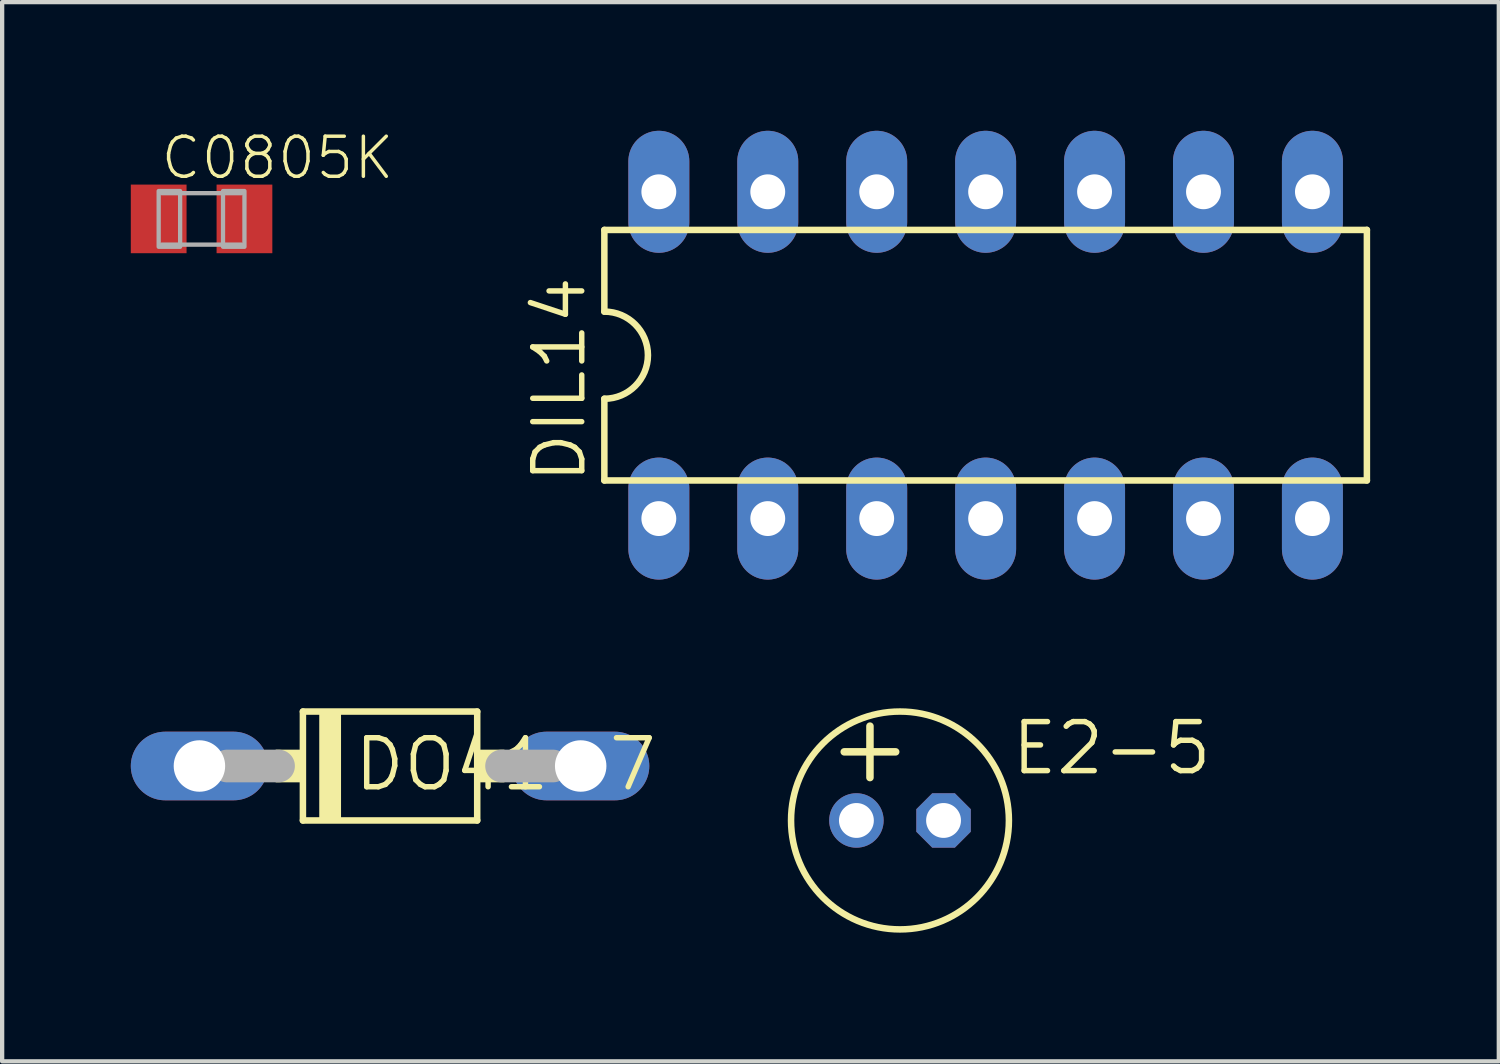
<source format=kicad_pcb>
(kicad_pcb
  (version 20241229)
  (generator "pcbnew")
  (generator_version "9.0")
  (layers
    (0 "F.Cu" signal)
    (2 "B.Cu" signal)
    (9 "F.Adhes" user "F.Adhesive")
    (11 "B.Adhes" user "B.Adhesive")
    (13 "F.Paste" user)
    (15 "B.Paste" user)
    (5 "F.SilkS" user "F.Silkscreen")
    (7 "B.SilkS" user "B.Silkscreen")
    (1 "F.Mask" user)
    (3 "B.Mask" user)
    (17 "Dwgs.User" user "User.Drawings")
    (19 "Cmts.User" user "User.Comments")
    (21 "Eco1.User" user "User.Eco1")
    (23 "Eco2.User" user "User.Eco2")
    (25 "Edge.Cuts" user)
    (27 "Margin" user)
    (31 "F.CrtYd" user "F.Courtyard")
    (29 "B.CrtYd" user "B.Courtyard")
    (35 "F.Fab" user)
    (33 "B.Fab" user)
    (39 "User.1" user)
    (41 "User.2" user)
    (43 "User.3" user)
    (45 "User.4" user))
  (footprint "DO41-7"
    (layer "F.Cu")
    (at 6.045 14.811)
    (property "Reference" "DO41-7" (at -0.9 0.63 0) (unlocked yes) (layer "F.SilkS") (effects (font (size 1.143 1.143) (thickness 0.127)) (justify left bottom)))
    (fp_line (start -2.032 -1.27) (end -2.032 1.27) (stroke (width 0.152) (type solid)) (layer "F.SilkS"))
    (fp_line (start -2.032 -1.27) (end 2.032 -1.27) (stroke (width 0.152) (type solid)) (layer "F.SilkS"))
    (fp_line (start 2.032 1.27) (end -2.032 1.27) (stroke (width 0.152) (type solid)) (layer "F.SilkS"))
    (fp_line (start 2.032 1.27) (end 2.032 -1.27) (stroke (width 0.152) (type solid)) (layer "F.SilkS"))
    (fp_poly (pts (xy -2.667 0.381) (xy -2.032 0.381) (xy -2.032 -0.381) (xy -2.667 -0.381)) (stroke (width 0) (type default)) (fill yes) (layer "F.SilkS"))
    (fp_poly (pts (xy -1.651 1.27) (xy -1.143 1.27) (xy -1.143 -1.27) (xy -1.651 -1.27)) (stroke (width 0) (type default)) (fill yes) (layer "F.SilkS"))
    (fp_poly (pts (xy 2.032 0.381) (xy 2.667 0.381) (xy 2.667 -0.381) (xy 2.032 -0.381)) (stroke (width 0) (type default)) (fill yes) (layer "F.SilkS"))
    (fp_line (start -3.8 0) (end -2.6 0) (stroke (width 0.762) (type solid)) (layer "F.Fab"))
    (fp_line (start 3.8 0) (end 2.6 0) (stroke (width 0.762) (type solid)) (layer "F.Fab"))
    (pad "A" thru_hole oval (at 4.445 0) (size 3.2 1.6) (drill 1.2) (layers "*.Cu" "*.Mask"))
    (pad "C" thru_hole oval (at -4.445 0) (size 3.2 1.6) (drill 1.2) (layers "*.Cu" "*.Mask")))
  (footprint "C0805K"
    (layer "F.Cu")
    (at 1.65 2.054)
    (property "Reference" "C0805K" (at -1 -0.875 0) (unlocked yes) (layer "F.SilkS") (effects (font (size 0.935 0.935) (thickness 0.081)) (justify left bottom)))
    (fp_line (start -0.925 -0.6) (end 0.925 -0.6) (stroke (width 0.102) (type solid)) (layer "F.Fab"))
    (fp_line (start 0.925 0.6) (end -0.925 0.6) (stroke (width 0.102) (type solid)) (layer "F.Fab"))
    (fp_poly (pts (xy -1 0.65) (xy -0.5 0.65) (xy -0.5 -0.65) (xy -1 -0.65)) (stroke (width 0.1) (type default)) (fill no) (layer "F.Fab"))
    (fp_poly (pts (xy 0.5 0.65) (xy 1 0.65) (xy 1 -0.65) (xy 0.5 -0.65)) (stroke (width 0.1) (type default)) (fill no) (layer "F.Fab"))
    (pad "1" smd rect (at -1 0) (size 1.3 1.6) (layers "F.Cu" "F.Mask" "F.Paste"))
    (pad "2" smd rect (at 1 0) (size 1.3 1.6) (layers "F.Cu" "F.Mask" "F.Paste")))
  (footprint "DIL14"
    (layer "F.Cu")
    (at 19.932 5.232)
    (property "Reference" "DIL14" (at -9.271 3.048 90) (unlocked yes) (layer "F.SilkS") (effects (font (size 1.143 1.143) (thickness 0.127)) (justify left bottom)))
    (fp_line (start -8.89 -2.921) (end -8.89 -1.016) (stroke (width 0.152) (type solid)) (layer "F.SilkS"))
    (fp_line (start -8.89 2.921) (end -8.89 1.016) (stroke (width 0.152) (type solid)) (layer "F.SilkS"))
    (fp_line (start -8.89 2.921) (end 8.89 2.921) (stroke (width 0.152) (type solid)) (layer "F.SilkS"))
    (fp_line (start 8.89 -2.921) (end -8.89 -2.921) (stroke (width 0.152) (type solid)) (layer "F.SilkS"))
    (fp_line (start 8.89 -2.921) (end 8.89 2.921) (stroke (width 0.152) (type solid)) (layer "F.SilkS"))
    (fp_arc (start -8.89 -1.016) (mid -7.874 0) (end -8.89 1.016) (stroke (width 0.1524) (type solid)) (layer "F.SilkS"))
    (pad "1" thru_hole oval (at -7.62 3.81 90) (size 2.845 1.422) (drill 0.813) (layers "*.Cu" "*.Mask"))
    (pad "2" thru_hole oval (at -5.08 3.81 90) (size 2.845 1.422) (drill 0.813) (layers "*.Cu" "*.Mask"))
    (pad "3" thru_hole oval (at -2.54 3.81 90) (size 2.845 1.422) (drill 0.813) (layers "*.Cu" "*.Mask"))
    (pad "4" thru_hole oval (at 0 3.81 90) (size 2.845 1.422) (drill 0.813) (layers "*.Cu" "*.Mask"))
    (pad "5" thru_hole oval (at 2.54 3.81 90) (size 2.845 1.422) (drill 0.813) (layers "*.Cu" "*.Mask"))
    (pad "6" thru_hole oval (at 5.08 3.81 90) (size 2.845 1.422) (drill 0.813) (layers "*.Cu" "*.Mask"))
    (pad "7" thru_hole oval (at 7.62 3.81 90) (size 2.845 1.422) (drill 0.813) (layers "*.Cu" "*.Mask"))
    (pad "8" thru_hole oval (at 7.62 -3.81 90) (size 2.845 1.422) (drill 0.813) (layers "*.Cu" "*.Mask"))
    (pad "9" thru_hole oval (at 5.08 -3.81 90) (size 2.845 1.422) (drill 0.813) (layers "*.Cu" "*.Mask"))
    (pad "10" thru_hole oval (at 2.54 -3.81 90) (size 2.845 1.422) (drill 0.813) (layers "*.Cu" "*.Mask"))
    (pad "11" thru_hole oval (at 0 -3.81 90) (size 2.845 1.422) (drill 0.813) (layers "*.Cu" "*.Mask"))
    (pad "12" thru_hole oval (at -2.54 -3.81 90) (size 2.845 1.422) (drill 0.813) (layers "*.Cu" "*.Mask"))
    (pad "13" thru_hole oval (at -5.08 -3.81 90) (size 2.845 1.422) (drill 0.813) (layers "*.Cu" "*.Mask"))
    (pad "14" thru_hole oval (at -7.62 -3.81 90) (size 2.845 1.422) (drill 0.813) (layers "*.Cu" "*.Mask")))
  (footprint "E2-5"
    (layer "F.Cu")
    (at 17.935 16.081)
    (property "Reference" "E2-5" (at 2.54 -1.016 0) (unlocked yes) (layer "F.SilkS") (effects (font (size 1.143 1.143) (thickness 0.127)) (justify left bottom)))
    (fp_line (start -1.3 -1.6) (end -0.1 -1.6) (stroke (width 0.175) (type solid)) (layer "F.SilkS"))
    (fp_line (start -0.7 -1) (end -0.7 -2.2) (stroke (width 0.175) (type solid)) (layer "F.SilkS"))
    (fp_circle (center 0 0) (end 2.54 0) (stroke (width 0.152) (type solid)) (fill no) (layer "F.SilkS"))
    (pad "+" thru_hole circle (at -1.016 0) (size 1.27 1.27) (drill 0.813) (layers "*.Cu" "*.Mask"))
    (pad "-" thru_hole roundrect (at 1.016 0) (size 1.27 1.27) (drill 0.813) (layers "*.Cu" "*.Mask") (roundrect_rratio 0.25) (chamfer_ratio 0.293) (chamfer top_left top_right bottom_left bottom_right)))
  (gr_rect
    (start -3 -3)
    (end 31.898 21.697)
    (stroke (width 0.1) (type default))
    (fill no)
    (layer "Edge.Cuts")))
</source>
